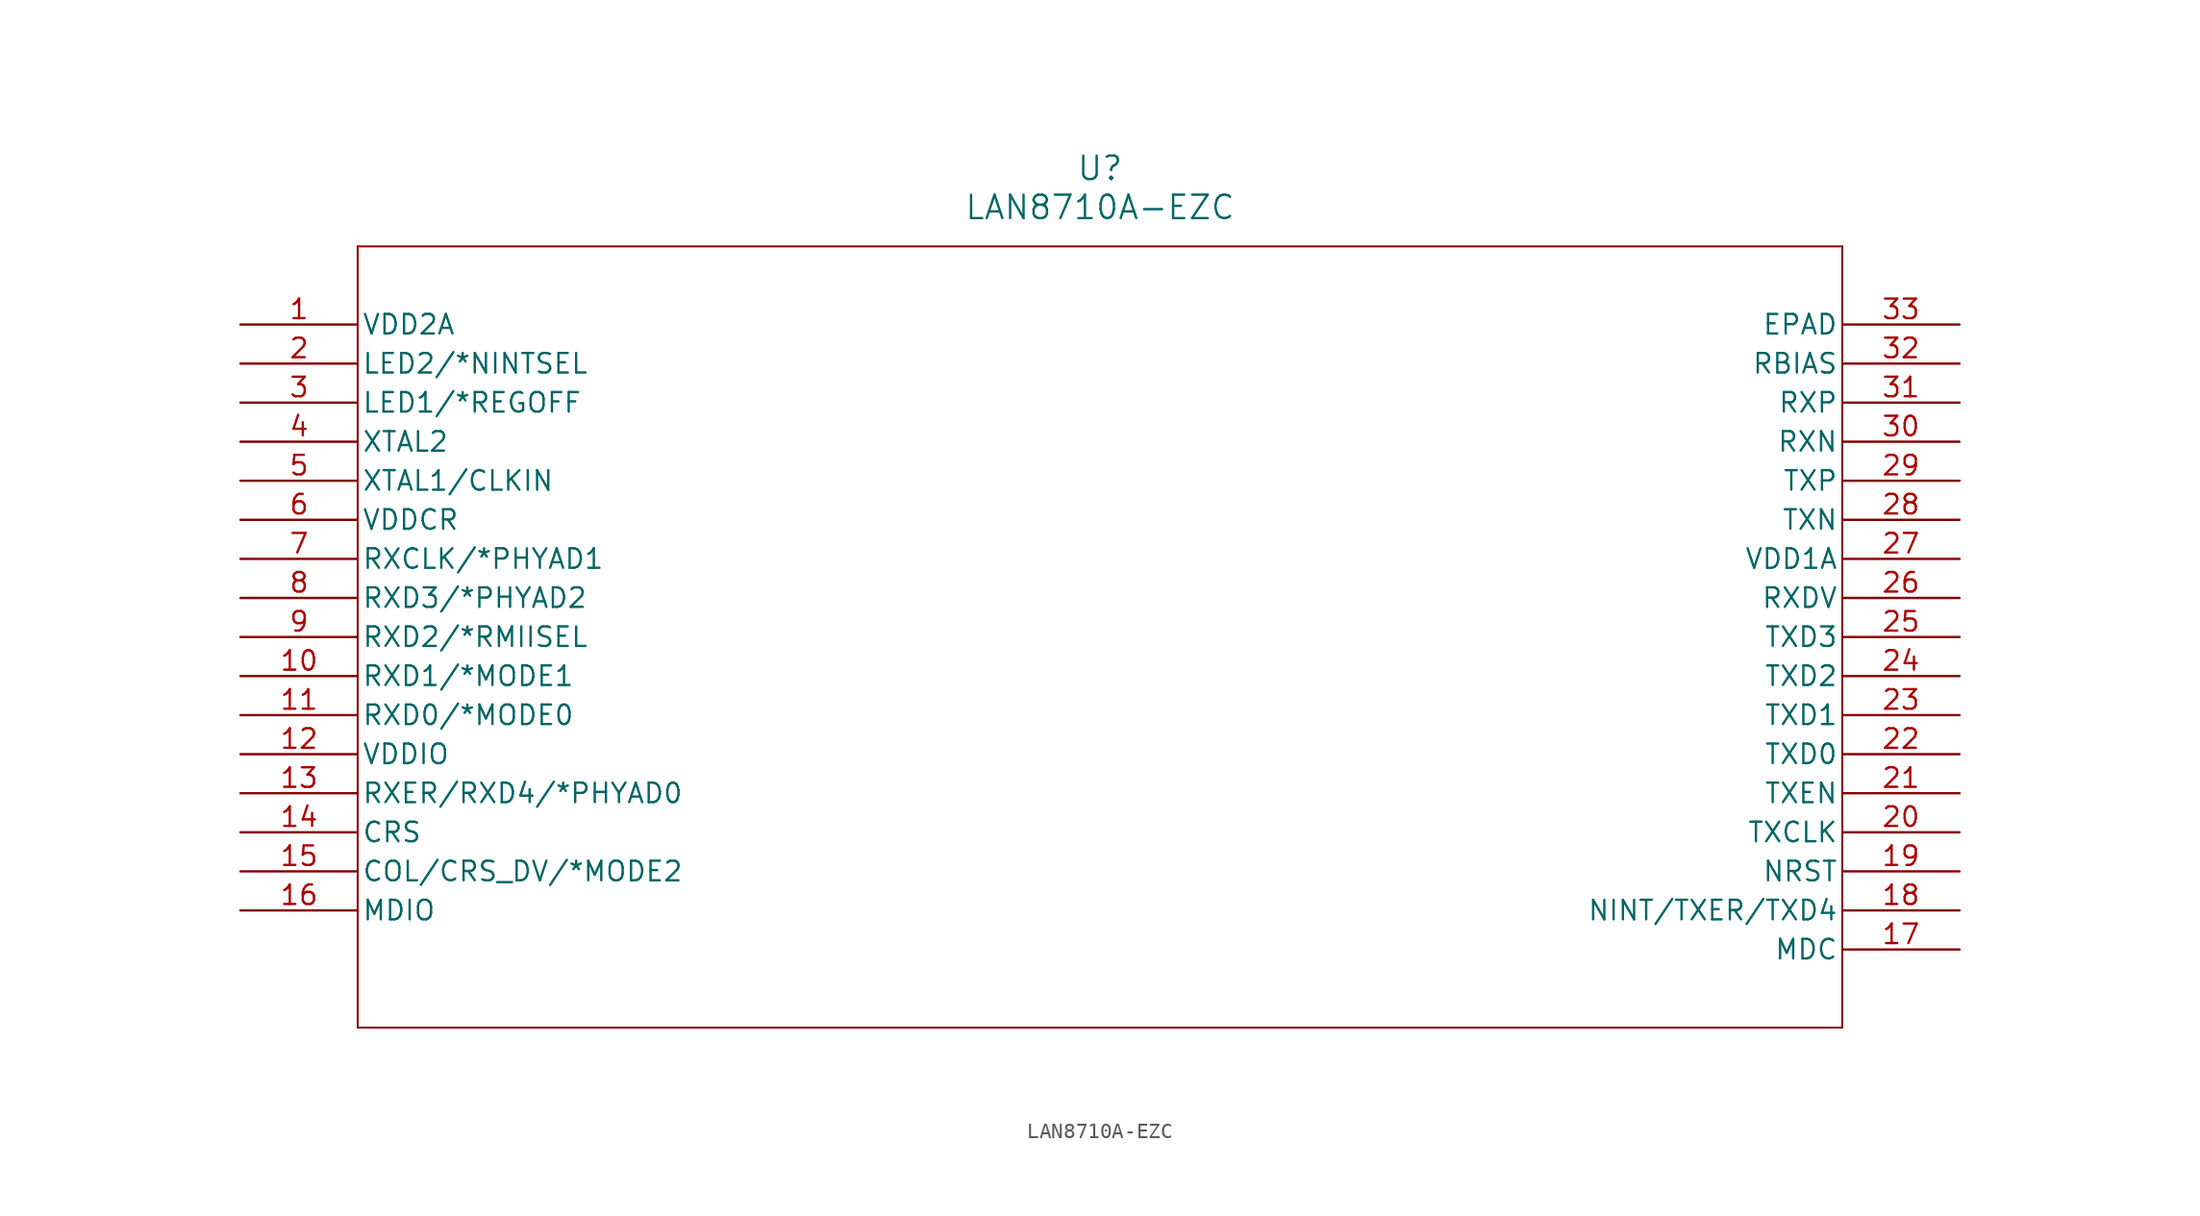
<source format=kicad_sym>
(kicad_symbol_lib
  (version 20211014)
  (generator kicad_symbol_editor)
  (symbol "LAN8710A-EZC"
    (pin_names
      (offset 0.254))
    (property "Reference" "U"
      (at 55.88 10.16 0)
      (effects (font (size 1.524 1.524))))
    (property "Value" "LAN8710A-EZC"
      (at 55.88 7.62 0)
      (effects (font (size 1.524 1.524))))
    (symbol "LAN8710A-EZC_0_1"
      (polyline (pts (xy 7.62 5.08) (xy 7.62 -45.72)) (stroke (width 0.127) (type default) (color 0 0 0 0)) (fill (type none)))
      (polyline (pts (xy 7.62 -45.72) (xy 104.14 -45.72)) (stroke (width 0.127) (type default) (color 0 0 0 0)) (fill (type none)))
      (polyline (pts (xy 104.14 -45.72) (xy 104.14 5.08)) (stroke (width 0.127) (type default) (color 0 0 0 0)) (fill (type none)))
      (polyline (pts (xy 104.14 5.08) (xy 7.62 5.08)) (stroke (width 0.127) (type default) (color 0 0 0 0)) (fill (type none)))
      (pin power_in line (at 0 0 0) (length 7.62) (name "VDD2A" (effects (font (size 1.27 1.27)))) (number "1" (effects (font (size 1.27 1.27)))))
      (pin bidirectional line (at 0 -2.54 0) (length 7.62) (name "LED2/*NINTSEL" (effects (font (size 1.27 1.27)))) (number "2" (effects (font (size 1.27 1.27)))))
      (pin bidirectional line (at 0 -5.08 0) (length 7.62) (name "LED1/*REGOFF" (effects (font (size 1.27 1.27)))) (number "3" (effects (font (size 1.27 1.27)))))
      (pin output line (at 0 -7.62 0) (length 7.62) (name "XTAL2" (effects (font (size 1.27 1.27)))) (number "4" (effects (font (size 1.27 1.27)))))
      (pin input line (at 0 -10.16 0) (length 7.62) (name "XTAL1/CLKIN" (effects (font (size 1.27 1.27)))) (number "5" (effects (font (size 1.27 1.27)))))
      (pin power_in line (at 0 -12.7 0) (length 7.62) (name "VDDCR" (effects (font (size 1.27 1.27)))) (number "6" (effects (font (size 1.27 1.27)))))
      (pin bidirectional line (at 0 -15.24 0) (length 7.62) (name "RXCLK/*PHYAD1" (effects (font (size 1.27 1.27)))) (number "7" (effects (font (size 1.27 1.27)))))
      (pin bidirectional line (at 0 -17.78 0) (length 7.62) (name "RXD3/*PHYAD2" (effects (font (size 1.27 1.27)))) (number "8" (effects (font (size 1.27 1.27)))))
      (pin bidirectional line (at 0 -20.32 0) (length 7.62) (name "RXD2/*RMIISEL" (effects (font (size 1.27 1.27)))) (number "9" (effects (font (size 1.27 1.27)))))
      (pin bidirectional line (at 0 -22.86 0) (length 7.62) (name "RXD1/*MODE1" (effects (font (size 1.27 1.27)))) (number "10" (effects (font (size 1.27 1.27)))))
      (pin bidirectional line (at 0 -25.4 0) (length 7.62) (name "RXD0/*MODE0" (effects (font (size 1.27 1.27)))) (number "11" (effects (font (size 1.27 1.27)))))
      (pin power_in line (at 0 -27.94 0) (length 7.62) (name "VDDIO" (effects (font (size 1.27 1.27)))) (number "12" (effects (font (size 1.27 1.27)))))
      (pin bidirectional line (at 0 -30.48 0) (length 7.62) (name "RXER/RXD4/*PHYAD0" (effects (font (size 1.27 1.27)))) (number "13" (effects (font (size 1.27 1.27)))))
      (pin output line (at 0 -33.02 0) (length 7.62) (name "CRS" (effects (font (size 1.27 1.27)))) (number "14" (effects (font (size 1.27 1.27)))))
      (pin bidirectional line (at 0 -35.56 0) (length 7.62) (name "COL/CRS_DV/*MODE2" (effects (font (size 1.27 1.27)))) (number "15" (effects (font (size 1.27 1.27)))))
      (pin bidirectional line (at 0 -38.1 0) (length 7.62) (name "MDIO" (effects (font (size 1.27 1.27)))) (number "16" (effects (font (size 1.27 1.27)))))
      (pin input line (at 111.76 -40.64 180) (length 7.62) (name "MDC" (effects (font (size 1.27 1.27)))) (number "17" (effects (font (size 1.27 1.27)))))
      (pin bidirectional line (at 111.76 -38.1 180) (length 7.62) (name "NINT/TXER/TXD4" (effects (font (size 1.27 1.27)))) (number "18" (effects (font (size 1.27 1.27)))))
      (pin input line (at 111.76 -35.56 180) (length 7.62) (name "NRST" (effects (font (size 1.27 1.27)))) (number "19" (effects (font (size 1.27 1.27)))))
      (pin output line (at 111.76 -33.02 180) (length 7.62) (name "TXCLK" (effects (font (size 1.27 1.27)))) (number "20" (effects (font (size 1.27 1.27)))))
      (pin input line (at 111.76 -30.48 180) (length 7.62) (name "TXEN" (effects (font (size 1.27 1.27)))) (number "21" (effects (font (size 1.27 1.27)))))
      (pin input line (at 111.76 -27.94 180) (length 7.62) (name "TXD0" (effects (font (size 1.27 1.27)))) (number "22" (effects (font (size 1.27 1.27)))))
      (pin input line (at 111.76 -25.4 180) (length 7.62) (name "TXD1" (effects (font (size 1.27 1.27)))) (number "23" (effects (font (size 1.27 1.27)))))
      (pin input line (at 111.76 -22.86 180) (length 7.62) (name "TXD2" (effects (font (size 1.27 1.27)))) (number "24" (effects (font (size 1.27 1.27)))))
      (pin input line (at 111.76 -20.32 180) (length 7.62) (name "TXD3" (effects (font (size 1.27 1.27)))) (number "25" (effects (font (size 1.27 1.27)))))
      (pin output line (at 111.76 -17.78 180) (length 7.62) (name "RXDV" (effects (font (size 1.27 1.27)))) (number "26" (effects (font (size 1.27 1.27)))))
      (pin power_in line (at 111.76 -15.24 180) (length 7.62) (name "VDD1A" (effects (font (size 1.27 1.27)))) (number "27" (effects (font (size 1.27 1.27)))))
      (pin bidirectional line (at 111.76 -12.7 180) (length 7.62) (name "TXN" (effects (font (size 1.27 1.27)))) (number "28" (effects (font (size 1.27 1.27)))))
      (pin bidirectional line (at 111.76 -10.16 180) (length 7.62) (name "TXP" (effects (font (size 1.27 1.27)))) (number "29" (effects (font (size 1.27 1.27)))))
      (pin bidirectional line (at 111.76 -7.62 180) (length 7.62) (name "RXN" (effects (font (size 1.27 1.27)))) (number "30" (effects (font (size 1.27 1.27)))))
      (pin bidirectional line (at 111.76 -5.08 180) (length 7.62) (name "RXP" (effects (font (size 1.27 1.27)))) (number "31" (effects (font (size 1.27 1.27)))))
      (pin input line (at 111.76 -2.54 180) (length 7.62) (name "RBIAS" (effects (font (size 1.27 1.27)))) (number "32" (effects (font (size 1.27 1.27)))))
      (pin unspecified line (at 111.76 0 180) (length 7.62) (name "EPAD" (effects (font (size 1.27 1.27)))) (number "33" (effects (font (size 1.27 1.27))))))))
</source>
